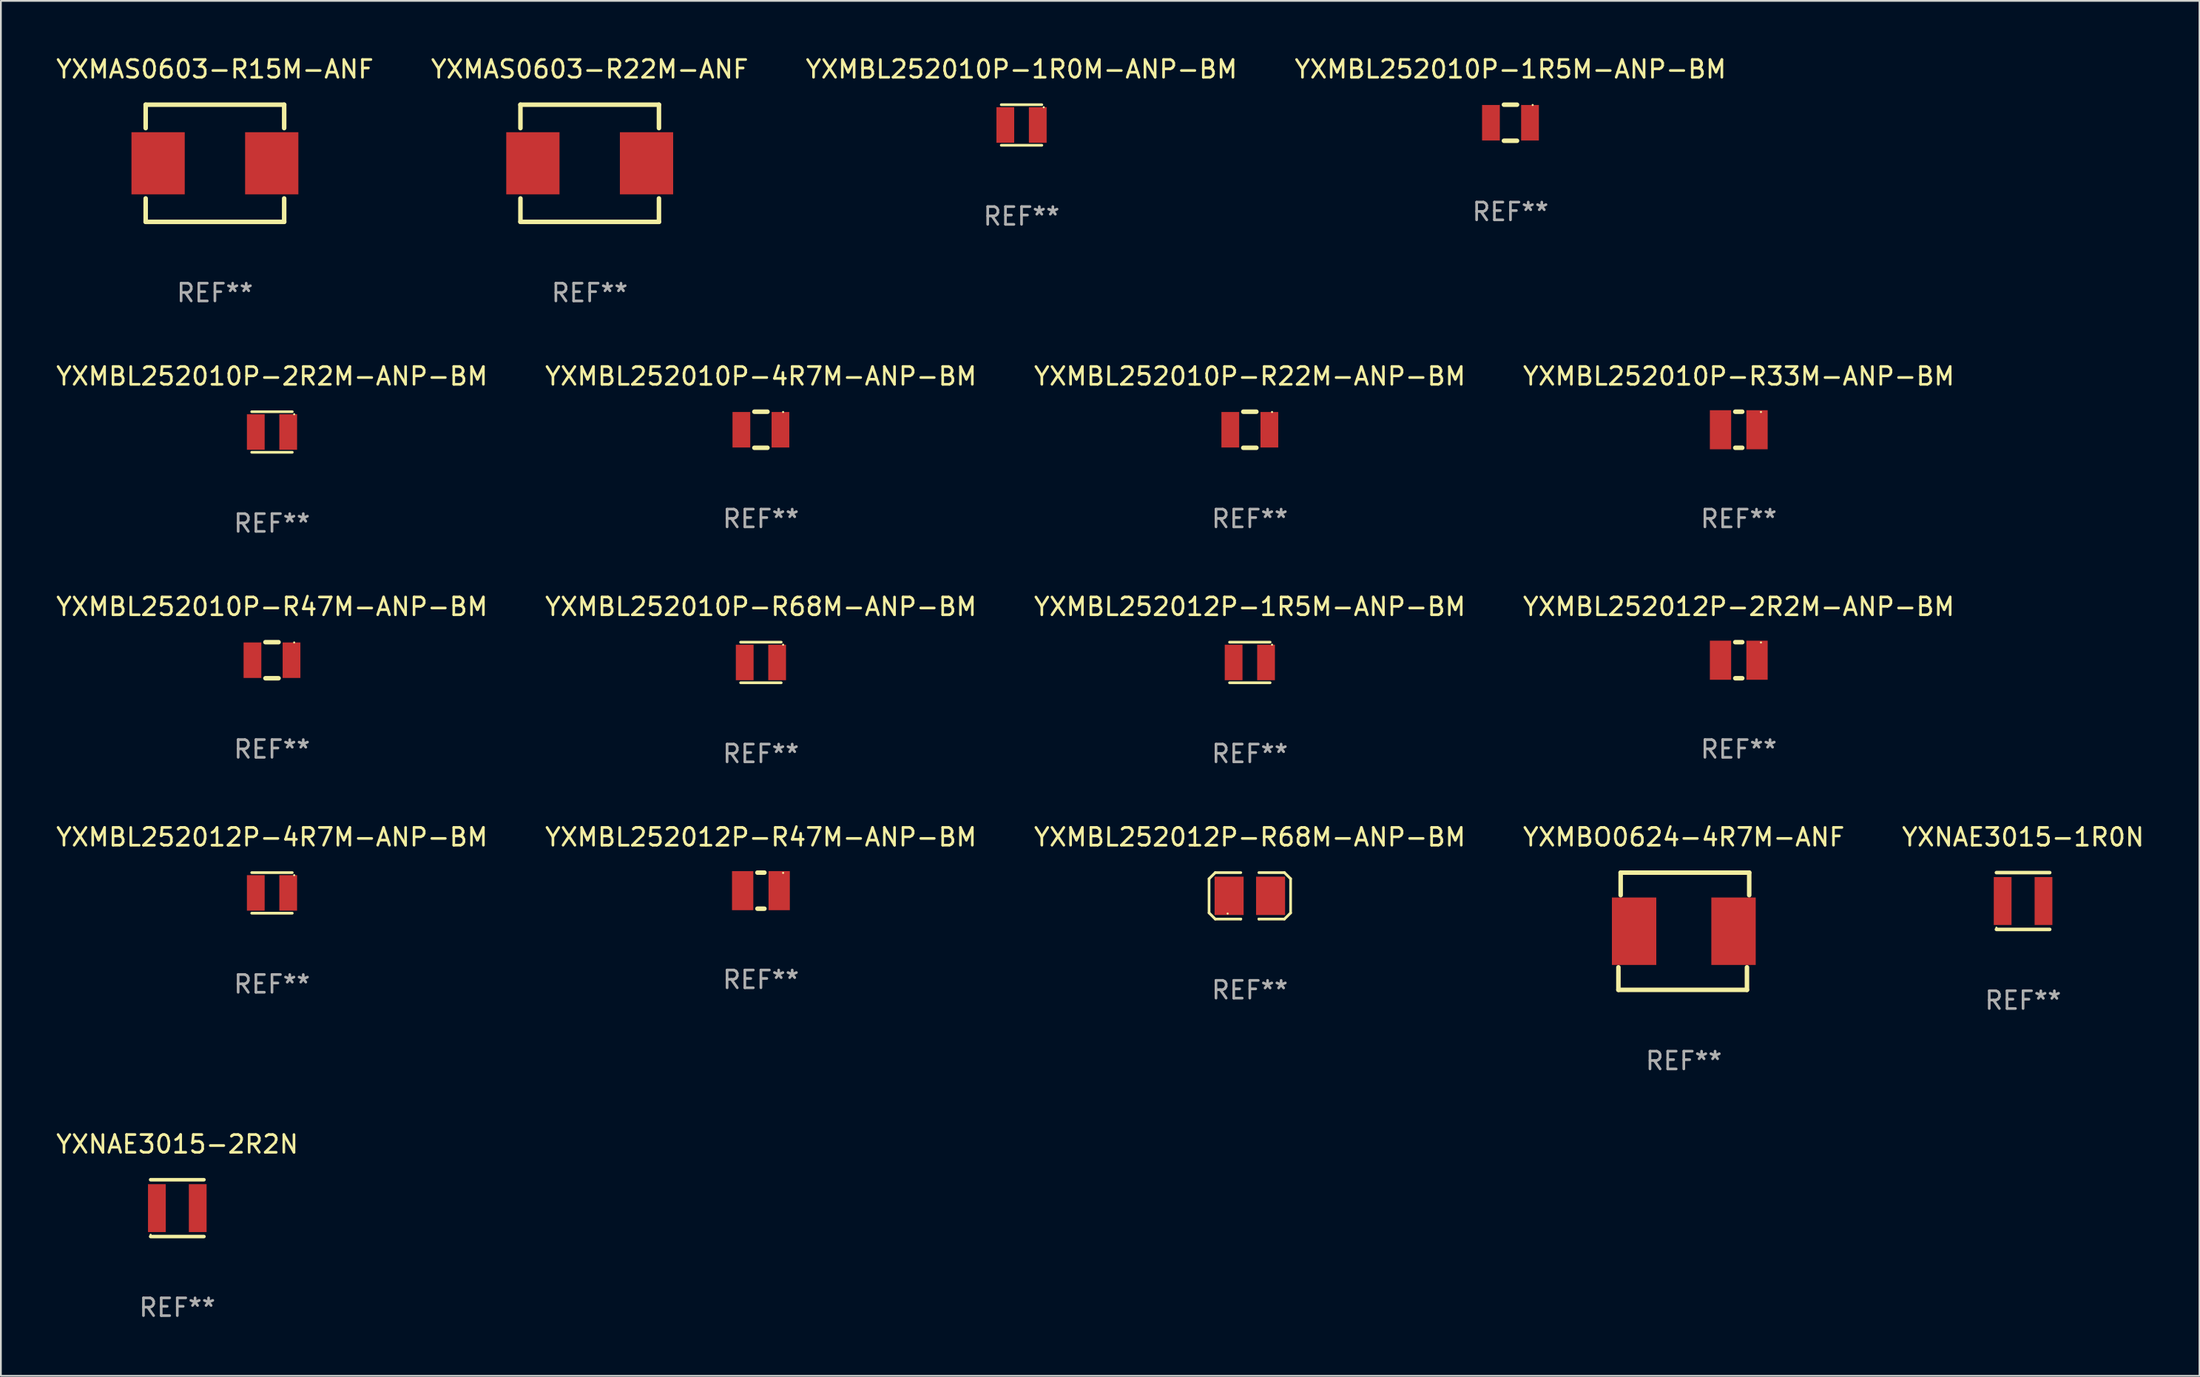
<source format=kicad_pcb>
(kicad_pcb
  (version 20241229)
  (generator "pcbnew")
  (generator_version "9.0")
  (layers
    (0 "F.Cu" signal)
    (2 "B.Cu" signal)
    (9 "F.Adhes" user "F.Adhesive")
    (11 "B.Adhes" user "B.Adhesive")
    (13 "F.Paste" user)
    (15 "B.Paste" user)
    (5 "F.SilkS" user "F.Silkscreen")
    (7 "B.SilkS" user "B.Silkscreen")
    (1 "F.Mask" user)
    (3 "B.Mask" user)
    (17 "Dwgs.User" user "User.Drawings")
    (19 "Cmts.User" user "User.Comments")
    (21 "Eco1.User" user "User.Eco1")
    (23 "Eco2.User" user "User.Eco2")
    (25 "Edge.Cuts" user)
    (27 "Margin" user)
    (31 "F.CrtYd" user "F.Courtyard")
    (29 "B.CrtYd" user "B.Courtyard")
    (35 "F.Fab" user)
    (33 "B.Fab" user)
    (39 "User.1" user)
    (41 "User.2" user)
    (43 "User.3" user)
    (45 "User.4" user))
  (footprint "YXMBO0624-4R7M-ANF"
    (layer "F.Cu")
    (at 91.78 49.411)
    (property "Reference" "YXMBO0624-4R7M-ANF" (at 0 -5.302 0) (layer "F.SilkS") (effects (font (size 1 1) (thickness 0.15))))
    (attr through_hole)
    (fp_line (start -3.683 3.302) (end -3.683 2.032) (stroke (width 0.254) (type solid)) (layer "F.SilkS"))
    (fp_line (start -3.556 -3.302) (end 3.683 -3.302) (stroke (width 0.254) (type solid)) (layer "F.SilkS"))
    (fp_line (start -3.556 -2.032) (end -3.556 -3.302) (stroke (width 0.254) (type solid)) (layer "F.SilkS"))
    (fp_line (start 3.556 2.032) (end 3.556 3.302) (stroke (width 0.254) (type solid)) (layer "F.SilkS"))
    (fp_line (start 3.556 3.302) (end -3.683 3.302) (stroke (width 0.254) (type solid)) (layer "F.SilkS"))
    (fp_line (start 3.683 -3.302) (end 3.683 -2.032) (stroke (width 0.254) (type solid)) (layer "F.SilkS"))
    (fp_circle (center -3.55 3.3) (end -3.52 3.3) (stroke (width 0.06) (type solid)) (fill no) (layer "F.SilkS"))
    (fp_text user "REF**" (at 0 7.302 0) (layer "F.Fab") (effects (font (size 1 1) (thickness 0.15))))
    (pad "1" smd rect (at -2.8 0) (size 2.5 3.8) (layers "F.Cu" "F.Mask" "F.Paste"))
    (pad "2" smd rect (at 2.8 0) (size 2.5 3.8) (layers "F.Cu" "F.Mask" "F.Paste")))
  (footprint "YXMBL252010P-R22M-ANP-BM"
    (layer "F.Cu")
    (at 67.339 21.16)
    (property "Reference" "YXMBL252010P-R22M-ANP-BM" (at 0 -3.016 0) (layer "F.SilkS") (effects (font (size 1 1) (thickness 0.15))))
    (attr through_hole)
    (fp_line (start -0.369 1.016) (end 0.369 1.016) (stroke (width 0.254) (type solid)) (layer "F.SilkS"))
    (fp_line (start 0.369 -1.016) (end -0.369 -1.016) (stroke (width 0.254) (type solid)) (layer "F.SilkS"))
    (fp_circle (center 1.25 -1) (end 1.28 -1) (stroke (width 0.06) (type solid)) (fill no) (layer "F.SilkS"))
    (fp_text user "REF**" (at 0 5.016 0) (layer "F.Fab") (effects (font (size 1 1) (thickness 0.15))))
    (pad "1" smd rect (at 1.1 0) (size 1 2) (layers "F.Cu" "F.Mask" "F.Paste"))
    (pad "2" smd rect (at -1.1 0) (size 1 2) (layers "F.Cu" "F.Mask" "F.Paste")))
  (footprint "YXMAS0603-R22M-ANF"
    (layer "F.Cu")
    (at 30.161 6.148)
    (property "Reference" "YXMAS0603-R22M-ANF" (at 0 -5.3 0) (layer "F.SilkS") (effects (font (size 1 1) (thickness 0.15))))
    (attr through_hole)
    (fp_line (start -3.9 -3.3) (end -3.9 -1.981) (stroke (width 0.254) (type solid)) (layer "F.SilkS"))
    (fp_line (start -3.9 -3.3) (end 3.9 -3.3) (stroke (width 0.254) (type solid)) (layer "F.SilkS"))
    (fp_line (start -3.9 1.981) (end -3.9 3.3) (stroke (width 0.254) (type solid)) (layer "F.SilkS"))
    (fp_line (start 3.9 3.3) (end -3.9 3.3) (stroke (width 0.254) (type solid)) (layer "F.SilkS"))
    (fp_line (start 3.9 -3.3) (end 3.9 -1.981) (stroke (width 0.254) (type solid)) (layer "F.SilkS"))
    (fp_line (start 3.9 1.981) (end 3.9 3.3) (stroke (width 0.254) (type solid)) (layer "F.SilkS"))
    (fp_circle (center -3.55 3.3) (end -3.52 3.3) (stroke (width 0.06) (type solid)) (fill no) (layer "F.SilkS"))
    (fp_text user "REF**" (at 0 7.3 0) (layer "F.Fab") (effects (font (size 1 1) (thickness 0.15))))
    (pad "1" smd rect (at -3.2 0.000279) (size 3 3.5) (layers "F.Cu" "F.Mask" "F.Paste"))
    (pad "2" smd rect (at 3.2 0.000279) (size 3 3.5) (layers "F.Cu" "F.Mask" "F.Paste")))
  (footprint "YXMBL252012P-R68M-ANP-BM"
    (layer "F.Cu")
    (at 67.339 47.417)
    (property "Reference" "YXMBL252012P-R68M-ANP-BM" (at 0 -3.308 0) (layer "F.SilkS") (effects (font (size 1 1) (thickness 0.15))))
    (attr through_hole)
    (fp_line (start -2.296 -0.96) (end -1.948 -1.308) (stroke (width 0.152) (type solid)) (layer "F.SilkS"))
    (fp_line (start -2.296 0.96) (end -2.296 -0.96) (stroke (width 0.152) (type solid)) (layer "F.SilkS"))
    (fp_line (start -1.948 -1.308) (end -0.508 -1.308) (stroke (width 0.152) (type solid)) (layer "F.SilkS"))
    (fp_line (start -1.948 1.308) (end -2.296 0.96) (stroke (width 0.152) (type solid)) (layer "F.SilkS"))
    (fp_line (start -0.508 1.308) (end -1.948 1.308) (stroke (width 0.152) (type solid)) (layer "F.SilkS"))
    (fp_line (start -0.508 1.308) (end -0.508 1.308) (stroke (width 0.152) (type solid)) (layer "F.SilkS"))
    (fp_line (start 0.508 1.308) (end 0.508 1.308) (stroke (width 0.152) (type solid)) (layer "F.SilkS"))
    (fp_line (start 0.508 1.308) (end 1.948 1.308) (stroke (width 0.152) (type solid)) (layer "F.SilkS"))
    (fp_line (start 1.948 -1.308) (end 0.508 -1.308) (stroke (width 0.152) (type solid)) (layer "F.SilkS"))
    (fp_line (start 1.948 1.308) (end 2.296 0.963) (stroke (width 0.152) (type solid)) (layer "F.SilkS"))
    (fp_line (start 2.296 -0.963) (end 1.948 -1.308) (stroke (width 0.152) (type solid)) (layer "F.SilkS"))
    (fp_line (start 2.296 0.963) (end 2.296 -0.963) (stroke (width 0.152) (type solid)) (layer "F.SilkS"))
    (fp_circle (center -1.25 1) (end -1.22 1) (stroke (width 0.06) (type solid)) (fill no) (layer "F.SilkS"))
    (fp_text user "REF**" (at 0 5.308 0) (layer "F.Fab") (effects (font (size 1 1) (thickness 0.15))))
    (pad "1" smd rect (at -1.168 0.000025) (size 1.635 2.16) (layers "F.Cu" "F.Mask" "F.Paste"))
    (pad "2" smd rect (at 1.168 0.000025) (size 1.635 2.16) (layers "F.Cu" "F.Mask" "F.Paste")))
  (footprint "YXMBL252010P-1R5M-ANP-BM"
    (layer "F.Cu")
    (at 82.018 3.864)
    (property "Reference" "YXMBL252010P-1R5M-ANP-BM" (at 0 -3.016 0) (layer "F.SilkS") (effects (font (size 1 1) (thickness 0.15))))
    (attr through_hole)
    (fp_line (start -0.369 1.016) (end 0.369 1.016) (stroke (width 0.254) (type solid)) (layer "F.SilkS"))
    (fp_line (start 0.369 -1.016) (end -0.369 -1.016) (stroke (width 0.254) (type solid)) (layer "F.SilkS"))
    (fp_circle (center 1.25 -1) (end 1.28 -1) (stroke (width 0.06) (type solid)) (fill no) (layer "F.SilkS"))
    (fp_text user "REF**" (at 0 5.016 0) (layer "F.Fab") (effects (font (size 1 1) (thickness 0.15))))
    (pad "1" smd rect (at 1.1 0) (size 1 2) (layers "F.Cu" "F.Mask" "F.Paste"))
    (pad "2" smd rect (at -1.1 0) (size 1 2) (layers "F.Cu" "F.Mask" "F.Paste")))
  (footprint "YXMAS0603-R15M-ANF"
    (layer "F.Cu")
    (at 9.054 6.148)
    (property "Reference" "YXMAS0603-R15M-ANF" (at 0 -5.3 0) (layer "F.SilkS") (effects (font (size 1 1) (thickness 0.15))))
    (attr through_hole)
    (fp_line (start -3.9 -3.3) (end -3.9 -1.981) (stroke (width 0.254) (type solid)) (layer "F.SilkS"))
    (fp_line (start -3.9 -3.3) (end 3.9 -3.3) (stroke (width 0.254) (type solid)) (layer "F.SilkS"))
    (fp_line (start -3.9 1.981) (end -3.9 3.3) (stroke (width 0.254) (type solid)) (layer "F.SilkS"))
    (fp_line (start 3.9 3.3) (end -3.9 3.3) (stroke (width 0.254) (type solid)) (layer "F.SilkS"))
    (fp_line (start 3.9 -3.3) (end 3.9 -1.981) (stroke (width 0.254) (type solid)) (layer "F.SilkS"))
    (fp_line (start 3.9 1.981) (end 3.9 3.3) (stroke (width 0.254) (type solid)) (layer "F.SilkS"))
    (fp_circle (center -3.55 3.3) (end -3.52 3.3) (stroke (width 0.06) (type solid)) (fill no) (layer "F.SilkS"))
    (fp_text user "REF**" (at 0 7.3 0) (layer "F.Fab") (effects (font (size 1 1) (thickness 0.15))))
    (pad "1" smd rect (at -3.2 0.000279) (size 3 3.5) (layers "F.Cu" "F.Mask" "F.Paste"))
    (pad "2" smd rect (at 3.2 0.000279) (size 3 3.5) (layers "F.Cu" "F.Mask" "F.Paste")))
  (footprint "YXMBL252012P-1R5M-ANP-BM"
    (layer "F.Cu")
    (at 67.339 34.27)
    (property "Reference" "YXMBL252012P-1R5M-ANP-BM" (at 0 -3.143 0) (layer "F.SilkS") (effects (font (size 1 1) (thickness 0.15))))
    (attr through_hole)
    (fp_line (start -1.143 -1.143) (end 1.143 -1.143) (stroke (width 0.152) (type solid)) (layer "F.SilkS"))
    (fp_line (start -1.143 1.143) (end 1.143 1.143) (stroke (width 0.152) (type solid)) (layer "F.SilkS"))
    (fp_circle (center 1.25 -1) (end 1.28 -1) (stroke (width 0.06) (type solid)) (fill no) (layer "F.SilkS"))
    (fp_text user "REF**" (at 0 5.143 0) (layer "F.Fab") (effects (font (size 1 1) (thickness 0.15))))
    (pad "1" smd rect (at 0.913 0) (size 1 2) (layers "F.Cu" "F.Mask" "F.Paste"))
    (pad "2" smd rect (at -0.913 0) (size 1 2) (layers "F.Cu" "F.Mask" "F.Paste")))
  (footprint "YXMBL252010P-1R0M-ANP-BM"
    (layer "F.Cu")
    (at 54.482 3.991)
    (property "Reference" "YXMBL252010P-1R0M-ANP-BM" (at 0 -3.143 0) (layer "F.SilkS") (effects (font (size 1 1) (thickness 0.15))))
    (attr through_hole)
    (fp_line (start -1.143 -1.143) (end 1.143 -1.143) (stroke (width 0.152) (type solid)) (layer "F.SilkS"))
    (fp_line (start -1.143 1.143) (end 1.143 1.143) (stroke (width 0.152) (type solid)) (layer "F.SilkS"))
    (fp_circle (center 1.25 -1) (end 1.28 -1) (stroke (width 0.06) (type solid)) (fill no) (layer "F.SilkS"))
    (fp_text user "REF**" (at 0 5.143 0) (layer "F.Fab") (effects (font (size 1 1) (thickness 0.15))))
    (pad "1" smd rect (at 0.913 0) (size 1 2) (layers "F.Cu" "F.Mask" "F.Paste"))
    (pad "2" smd rect (at -0.913 0) (size 1 2) (layers "F.Cu" "F.Mask" "F.Paste")))
  (footprint "YXMBL252010P-R47M-ANP-BM"
    (layer "F.Cu")
    (at 12.268 34.143)
    (property "Reference" "YXMBL252010P-R47M-ANP-BM" (at 0 -3.016 0) (layer "F.SilkS") (effects (font (size 1 1) (thickness 0.15))))
    (attr through_hole)
    (fp_line (start -0.369 1.016) (end 0.369 1.016) (stroke (width 0.254) (type solid)) (layer "F.SilkS"))
    (fp_line (start 0.369 -1.016) (end -0.369 -1.016) (stroke (width 0.254) (type solid)) (layer "F.SilkS"))
    (fp_circle (center 1.25 -1) (end 1.28 -1) (stroke (width 0.06) (type solid)) (fill no) (layer "F.SilkS"))
    (fp_text user "REF**" (at 0 5.016 0) (layer "F.Fab") (effects (font (size 1 1) (thickness 0.15))))
    (pad "1" smd rect (at 1.1 0) (size 1 2) (layers "F.Cu" "F.Mask" "F.Paste"))
    (pad "2" smd rect (at -1.1 0) (size 1 2) (layers "F.Cu" "F.Mask" "F.Paste")))
  (footprint "YXMBL252012P-4R7M-ANP-BM"
    (layer "F.Cu")
    (at 12.268 47.252)
    (property "Reference" "YXMBL252012P-4R7M-ANP-BM" (at 0 -3.143 0) (layer "F.SilkS") (effects (font (size 1 1) (thickness 0.15))))
    (attr through_hole)
    (fp_line (start -1.143 -1.143) (end 1.143 -1.143) (stroke (width 0.152) (type solid)) (layer "F.SilkS"))
    (fp_line (start -1.143 1.143) (end 1.143 1.143) (stroke (width 0.152) (type solid)) (layer "F.SilkS"))
    (fp_circle (center 1.25 -1) (end 1.28 -1) (stroke (width 0.06) (type solid)) (fill no) (layer "F.SilkS"))
    (fp_text user "REF**" (at 0 5.143 0) (layer "F.Fab") (effects (font (size 1 1) (thickness 0.15))))
    (pad "1" smd rect (at 0.913 0) (size 1 2) (layers "F.Cu" "F.Mask" "F.Paste"))
    (pad "2" smd rect (at -0.913 0) (size 1 2) (layers "F.Cu" "F.Mask" "F.Paste")))
  (footprint "YXMBL252010P-R68M-ANP-BM"
    (layer "F.Cu")
    (at 39.804 34.27)
    (property "Reference" "YXMBL252010P-R68M-ANP-BM" (at 0 -3.143 0) (layer "F.SilkS") (effects (font (size 1 1) (thickness 0.15))))
    (attr through_hole)
    (fp_line (start -1.143 -1.143) (end 1.143 -1.143) (stroke (width 0.152) (type solid)) (layer "F.SilkS"))
    (fp_line (start -1.143 1.143) (end 1.143 1.143) (stroke (width 0.152) (type solid)) (layer "F.SilkS"))
    (fp_circle (center 1.25 -1) (end 1.28 -1) (stroke (width 0.06) (type solid)) (fill no) (layer "F.SilkS"))
    (fp_text user "REF**" (at 0 5.143 0) (layer "F.Fab") (effects (font (size 1 1) (thickness 0.15))))
    (pad "1" smd rect (at 0.913 0) (size 1 2) (layers "F.Cu" "F.Mask" "F.Paste"))
    (pad "2" smd rect (at -0.913 0) (size 1 2) (layers "F.Cu" "F.Mask" "F.Paste")))
  (footprint "YXNAE3015-2R2N"
    (layer "F.Cu")
    (at 6.935 65.01)
    (property "Reference" "YXNAE3015-2R2N" (at 0 -3.6 0) (layer "F.SilkS") (effects (font (size 1 1) (thickness 0.15))))
    (attr through_hole)
    (fp_line (start -1.5 -1.6) (end 1.5 -1.6) (stroke (width 0.2) (type solid)) (layer "F.SilkS"))
    (fp_line (start -1.5 1.6) (end 1.5 1.6) (stroke (width 0.2) (type solid)) (layer "F.SilkS"))
    (fp_circle (center -1.5 1.5) (end -1.47 1.5) (stroke (width 0.06) (type solid)) (fill no) (layer "F.SilkS"))
    (fp_text user "REF**" (at 0 5.6 0) (layer "F.Fab") (effects (font (size 1 1) (thickness 0.15))))
    (pad "1" smd rect (at -1.15 0) (size 1 2.7) (layers "F.Cu" "F.Mask" "F.Paste"))
    (pad "2" smd rect (at 1.15 0) (size 1 2.7) (layers "F.Cu" "F.Mask" "F.Paste")))
  (footprint "YXMBL252012P-R47M-ANP-BM"
    (layer "F.Cu")
    (at 39.804 47.125)
    (property "Reference" "YXMBL252012P-R47M-ANP-BM" (at 0 -3.016 0) (layer "F.SilkS") (effects (font (size 1 1) (thickness 0.15))))
    (attr through_hole)
    (fp_line (start -0.197 1.016) (end 0.197 1.016) (stroke (width 0.254) (type solid)) (layer "F.SilkS"))
    (fp_line (start 0.197 -1.016) (end -0.197 -1.016) (stroke (width 0.254) (type solid)) (layer "F.SilkS"))
    (fp_circle (center 1.25 -1) (end 1.28 -1) (stroke (width 0.06) (type solid)) (fill no) (layer "F.SilkS"))
    (fp_text user "REF**" (at 0 5.016 0) (layer "F.Fab") (effects (font (size 1 1) (thickness 0.15))))
    (pad "1" smd rect (at 1.028 0) (size 1.2 2.2) (layers "F.Cu" "F.Mask" "F.Paste"))
    (pad "2" smd rect (at -1.028 0) (size 1.2 2.2) (layers "F.Cu" "F.Mask" "F.Paste")))
  (footprint "YXNAE3015-1R0N"
    (layer "F.Cu")
    (at 110.887 47.709)
    (property "Reference" "YXNAE3015-1R0N" (at 0 -3.6 0) (layer "F.SilkS") (effects (font (size 1 1) (thickness 0.15))))
    (attr through_hole)
    (fp_line (start -1.5 -1.6) (end 1.5 -1.6) (stroke (width 0.2) (type solid)) (layer "F.SilkS"))
    (fp_line (start -1.5 1.6) (end 1.5 1.6) (stroke (width 0.2) (type solid)) (layer "F.SilkS"))
    (fp_circle (center -1.5 1.5) (end -1.47 1.5) (stroke (width 0.06) (type solid)) (fill no) (layer "F.SilkS"))
    (fp_text user "REF**" (at 0 5.6 0) (layer "F.Fab") (effects (font (size 1 1) (thickness 0.15))))
    (pad "1" smd rect (at -1.15 0) (size 1 2.7) (layers "F.Cu" "F.Mask" "F.Paste"))
    (pad "2" smd rect (at 1.15 0) (size 1 2.7) (layers "F.Cu" "F.Mask" "F.Paste")))
  (footprint "YXMBL252010P-4R7M-ANP-BM"
    (layer "F.Cu")
    (at 39.804 21.16)
    (property "Reference" "YXMBL252010P-4R7M-ANP-BM" (at 0 -3.016 0) (layer "F.SilkS") (effects (font (size 1 1) (thickness 0.15))))
    (attr through_hole)
    (fp_line (start -0.369 1.016) (end 0.369 1.016) (stroke (width 0.254) (type solid)) (layer "F.SilkS"))
    (fp_line (start 0.369 -1.016) (end -0.369 -1.016) (stroke (width 0.254) (type solid)) (layer "F.SilkS"))
    (fp_circle (center 1.25 -1) (end 1.28 -1) (stroke (width 0.06) (type solid)) (fill no) (layer "F.SilkS"))
    (fp_text user "REF**" (at 0 5.016 0) (layer "F.Fab") (effects (font (size 1 1) (thickness 0.15))))
    (pad "1" smd rect (at 1.1 0) (size 1 2) (layers "F.Cu" "F.Mask" "F.Paste"))
    (pad "2" smd rect (at -1.1 0) (size 1 2) (layers "F.Cu" "F.Mask" "F.Paste")))
  (footprint "YXMBL252010P-2R2M-ANP-BM"
    (layer "F.Cu")
    (at 12.268 21.287)
    (property "Reference" "YXMBL252010P-2R2M-ANP-BM" (at 0 -3.143 0) (layer "F.SilkS") (effects (font (size 1 1) (thickness 0.15))))
    (attr through_hole)
    (fp_line (start -1.143 -1.143) (end 1.143 -1.143) (stroke (width 0.152) (type solid)) (layer "F.SilkS"))
    (fp_line (start -1.143 1.143) (end 1.143 1.143) (stroke (width 0.152) (type solid)) (layer "F.SilkS"))
    (fp_circle (center 1.25 -1) (end 1.28 -1) (stroke (width 0.06) (type solid)) (fill no) (layer "F.SilkS"))
    (fp_text user "REF**" (at 0 5.143 0) (layer "F.Fab") (effects (font (size 1 1) (thickness 0.15))))
    (pad "1" smd rect (at 0.913 0) (size 1 2) (layers "F.Cu" "F.Mask" "F.Paste"))
    (pad "2" smd rect (at -0.913 0) (size 1 2) (layers "F.Cu" "F.Mask" "F.Paste")))
  (footprint "YXMBL252010P-R33M-ANP-BM"
    (layer "F.Cu")
    (at 94.875 21.16)
    (property "Reference" "YXMBL252010P-R33M-ANP-BM" (at 0 -3.016 0) (layer "F.SilkS") (effects (font (size 1 1) (thickness 0.15))))
    (attr through_hole)
    (fp_line (start -0.197 1.016) (end 0.197 1.016) (stroke (width 0.254) (type solid)) (layer "F.SilkS"))
    (fp_line (start 0.197 -1.016) (end -0.197 -1.016) (stroke (width 0.254) (type solid)) (layer "F.SilkS"))
    (fp_circle (center 1.25 -1) (end 1.28 -1) (stroke (width 0.06) (type solid)) (fill no) (layer "F.SilkS"))
    (fp_text user "REF**" (at 0 5.016 0) (layer "F.Fab") (effects (font (size 1 1) (thickness 0.15))))
    (pad "1" smd rect (at 1.028 0) (size 1.2 2.2) (layers "F.Cu" "F.Mask" "F.Paste"))
    (pad "2" smd rect (at -1.028 0) (size 1.2 2.2) (layers "F.Cu" "F.Mask" "F.Paste")))
  (footprint "YXMBL252012P-2R2M-ANP-BM"
    (layer "F.Cu")
    (at 94.875 34.143)
    (property "Reference" "YXMBL252012P-2R2M-ANP-BM" (at 0 -3.016 0) (layer "F.SilkS") (effects (font (size 1 1) (thickness 0.15))))
    (attr through_hole)
    (fp_line (start -0.197 1.016) (end 0.197 1.016) (stroke (width 0.254) (type solid)) (layer "F.SilkS"))
    (fp_line (start 0.197 -1.016) (end -0.197 -1.016) (stroke (width 0.254) (type solid)) (layer "F.SilkS"))
    (fp_circle (center 1.25 -1) (end 1.28 -1) (stroke (width 0.06) (type solid)) (fill no) (layer "F.SilkS"))
    (fp_text user "REF**" (at 0 5.016 0) (layer "F.Fab") (effects (font (size 1 1) (thickness 0.15))))
    (pad "1" smd rect (at 1.028 0) (size 1.2 2.2) (layers "F.Cu" "F.Mask" "F.Paste"))
    (pad "2" smd rect (at -1.028 0) (size 1.2 2.2) (layers "F.Cu" "F.Mask" "F.Paste")))
  (gr_rect
    (start -3 -3)
    (end 120.821 74.458)
    (stroke (width 0.1) (type default))
    (fill no)
    (layer "Edge.Cuts")))
</source>
